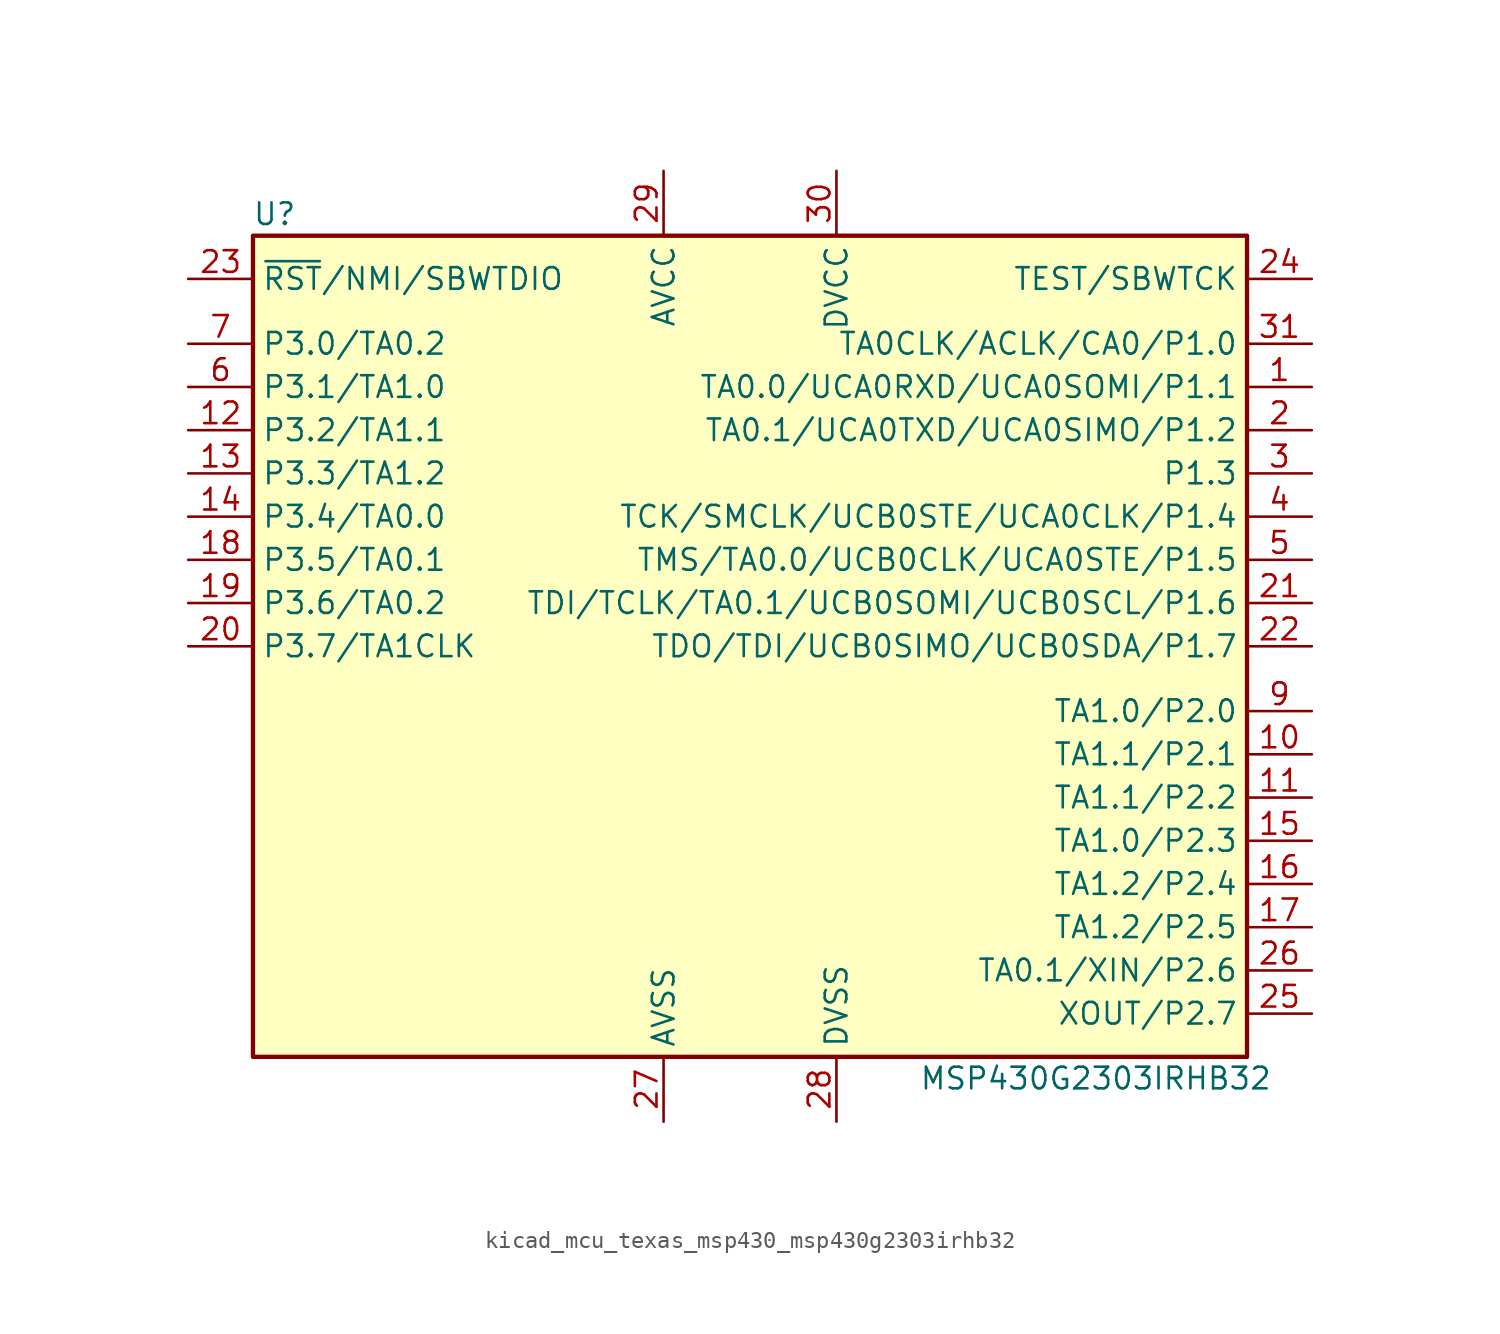
<source format=kicad_sym>
(kicad_symbol_lib
  (version 20220914)
  (generator kicad_symbol_editor)
  (symbol "kicad_mcu_texas_msp430_msp430g2303irhb32"
    (property "Reference" "U"
      (at -27.94 25.4 0)
      (effects (font (size 1.27 1.27))))
    (property "Value" "MSP430G2303IRHB32"
      (at 20.32 -25.4 0)
      (effects (font (size 1.27 1.27))))
    (symbol "kicad_mcu_texas_msp430_msp430g2303irhb32_0_1"
      (rectangle (start -29.21 24.13) (end 29.21 -24.13) (stroke (width 0.254) (type default)) (fill (type background))))
    (symbol "kicad_mcu_texas_msp430_msp430g2303irhb32_1_1"
      (pin bidirectional line (at 33.02 15.24 180) (length 3.81) (name "TA0.0/UCA0RXD/UCA0SOMI/P1.1" (effects (font (size 1.27 1.27)))) (number "1" (effects (font (size 1.27 1.27)))))
      (pin bidirectional line (at 33.02 -6.35 180) (length 3.81) (name "TA1.1/P2.1" (effects (font (size 1.27 1.27)))) (number "10" (effects (font (size 1.27 1.27)))))
      (pin bidirectional line (at 33.02 -8.89 180) (length 3.81) (name "TA1.1/P2.2" (effects (font (size 1.27 1.27)))) (number "11" (effects (font (size 1.27 1.27)))))
      (pin bidirectional line (at -33.02 12.7 0) (length 3.81) (name "P3.2/TA1.1" (effects (font (size 1.27 1.27)))) (number "12" (effects (font (size 1.27 1.27)))))
      (pin bidirectional line (at -33.02 10.16 0) (length 3.81) (name "P3.3/TA1.2" (effects (font (size 1.27 1.27)))) (number "13" (effects (font (size 1.27 1.27)))))
      (pin bidirectional line (at -33.02 7.62 0) (length 3.81) (name "P3.4/TA0.0" (effects (font (size 1.27 1.27)))) (number "14" (effects (font (size 1.27 1.27)))))
      (pin bidirectional line (at 33.02 -11.43 180) (length 3.81) (name "TA1.0/P2.3" (effects (font (size 1.27 1.27)))) (number "15" (effects (font (size 1.27 1.27)))))
      (pin bidirectional line (at 33.02 -13.97 180) (length 3.81) (name "TA1.2/P2.4" (effects (font (size 1.27 1.27)))) (number "16" (effects (font (size 1.27 1.27)))))
      (pin bidirectional line (at 33.02 -16.51 180) (length 3.81) (name "TA1.2/P2.5" (effects (font (size 1.27 1.27)))) (number "17" (effects (font (size 1.27 1.27)))))
      (pin bidirectional line (at -33.02 5.08 0) (length 3.81) (name "P3.5/TA0.1" (effects (font (size 1.27 1.27)))) (number "18" (effects (font (size 1.27 1.27)))))
      (pin bidirectional line (at -33.02 2.54 0) (length 3.81) (name "P3.6/TA0.2" (effects (font (size 1.27 1.27)))) (number "19" (effects (font (size 1.27 1.27)))))
      (pin bidirectional line (at 33.02 12.7 180) (length 3.81) (name "TA0.1/UCA0TXD/UCA0SIMO/P1.2" (effects (font (size 1.27 1.27)))) (number "2" (effects (font (size 1.27 1.27)))))
      (pin bidirectional line (at -33.02 0 0) (length 3.81) (name "P3.7/TA1CLK" (effects (font (size 1.27 1.27)))) (number "20" (effects (font (size 1.27 1.27)))))
      (pin bidirectional line (at 33.02 2.54 180) (length 3.81) (name "TDI/TCLK/TA0.1/UCB0SOMI/UCB0SCL/P1.6" (effects (font (size 1.27 1.27)))) (number "21" (effects (font (size 1.27 1.27)))))
      (pin bidirectional line (at 33.02 0 180) (length 3.81) (name "TDO/TDI/UCB0SIMO/UCB0SDA/P1.7" (effects (font (size 1.27 1.27)))) (number "22" (effects (font (size 1.27 1.27)))))
      (pin input line (at -33.02 21.59 0) (length 3.81) (name "~{RST}/NMI/SBWTDIO" (effects (font (size 1.27 1.27)))) (number "23" (effects (font (size 1.27 1.27)))))
      (pin input line (at 33.02 21.59 180) (length 3.81) (name "TEST/SBWTCK" (effects (font (size 1.27 1.27)))) (number "24" (effects (font (size 1.27 1.27)))))
      (pin bidirectional line (at 33.02 -21.59 180) (length 3.81) (name "XOUT/P2.7" (effects (font (size 1.27 1.27)))) (number "25" (effects (font (size 1.27 1.27)))))
      (pin bidirectional line (at 33.02 -19.05 180) (length 3.81) (name "TA0.1/XIN/P2.6" (effects (font (size 1.27 1.27)))) (number "26" (effects (font (size 1.27 1.27)))))
      (pin power_in line (at -5.08 -27.94 90) (length 3.81) (name "AVSS" (effects (font (size 1.27 1.27)))) (number "27" (effects (font (size 1.27 1.27)))))
      (pin power_in line (at 5.08 -27.94 90) (length 3.81) (name "DVSS" (effects (font (size 1.27 1.27)))) (number "28" (effects (font (size 1.27 1.27)))))
      (pin power_in line (at -5.08 27.94 270) (length 3.81) (name "AVCC" (effects (font (size 1.27 1.27)))) (number "29" (effects (font (size 1.27 1.27)))))
      (pin bidirectional line (at 33.02 10.16 180) (length 3.81) (name "P1.3" (effects (font (size 1.27 1.27)))) (number "3" (effects (font (size 1.27 1.27)))))
      (pin power_in line (at 5.08 27.94 270) (length 3.81) (name "DVCC" (effects (font (size 1.27 1.27)))) (number "30" (effects (font (size 1.27 1.27)))))
      (pin bidirectional line (at 33.02 17.78 180) (length 3.81) (name "TA0CLK/ACLK/CA0/P1.0" (effects (font (size 1.27 1.27)))) (number "31" (effects (font (size 1.27 1.27)))))
      (pin bidirectional line (at 33.02 7.62 180) (length 3.81) (name "TCK/SMCLK/UCB0STE/UCA0CLK/P1.4" (effects (font (size 1.27 1.27)))) (number "4" (effects (font (size 1.27 1.27)))))
      (pin bidirectional line (at 33.02 5.08 180) (length 3.81) (name "TMS/TA0.0/UCB0CLK/UCA0STE/P1.5" (effects (font (size 1.27 1.27)))) (number "5" (effects (font (size 1.27 1.27)))))
      (pin bidirectional line (at -33.02 15.24 0) (length 3.81) (name "P3.1/TA1.0" (effects (font (size 1.27 1.27)))) (number "6" (effects (font (size 1.27 1.27)))))
      (pin bidirectional line (at -33.02 17.78 0) (length 3.81) (name "P3.0/TA0.2" (effects (font (size 1.27 1.27)))) (number "7" (effects (font (size 1.27 1.27)))))
      (pin bidirectional line (at 33.02 -3.81 180) (length 3.81) (name "TA1.0/P2.0" (effects (font (size 1.27 1.27)))) (number "9" (effects (font (size 1.27 1.27))))))))
</source>
